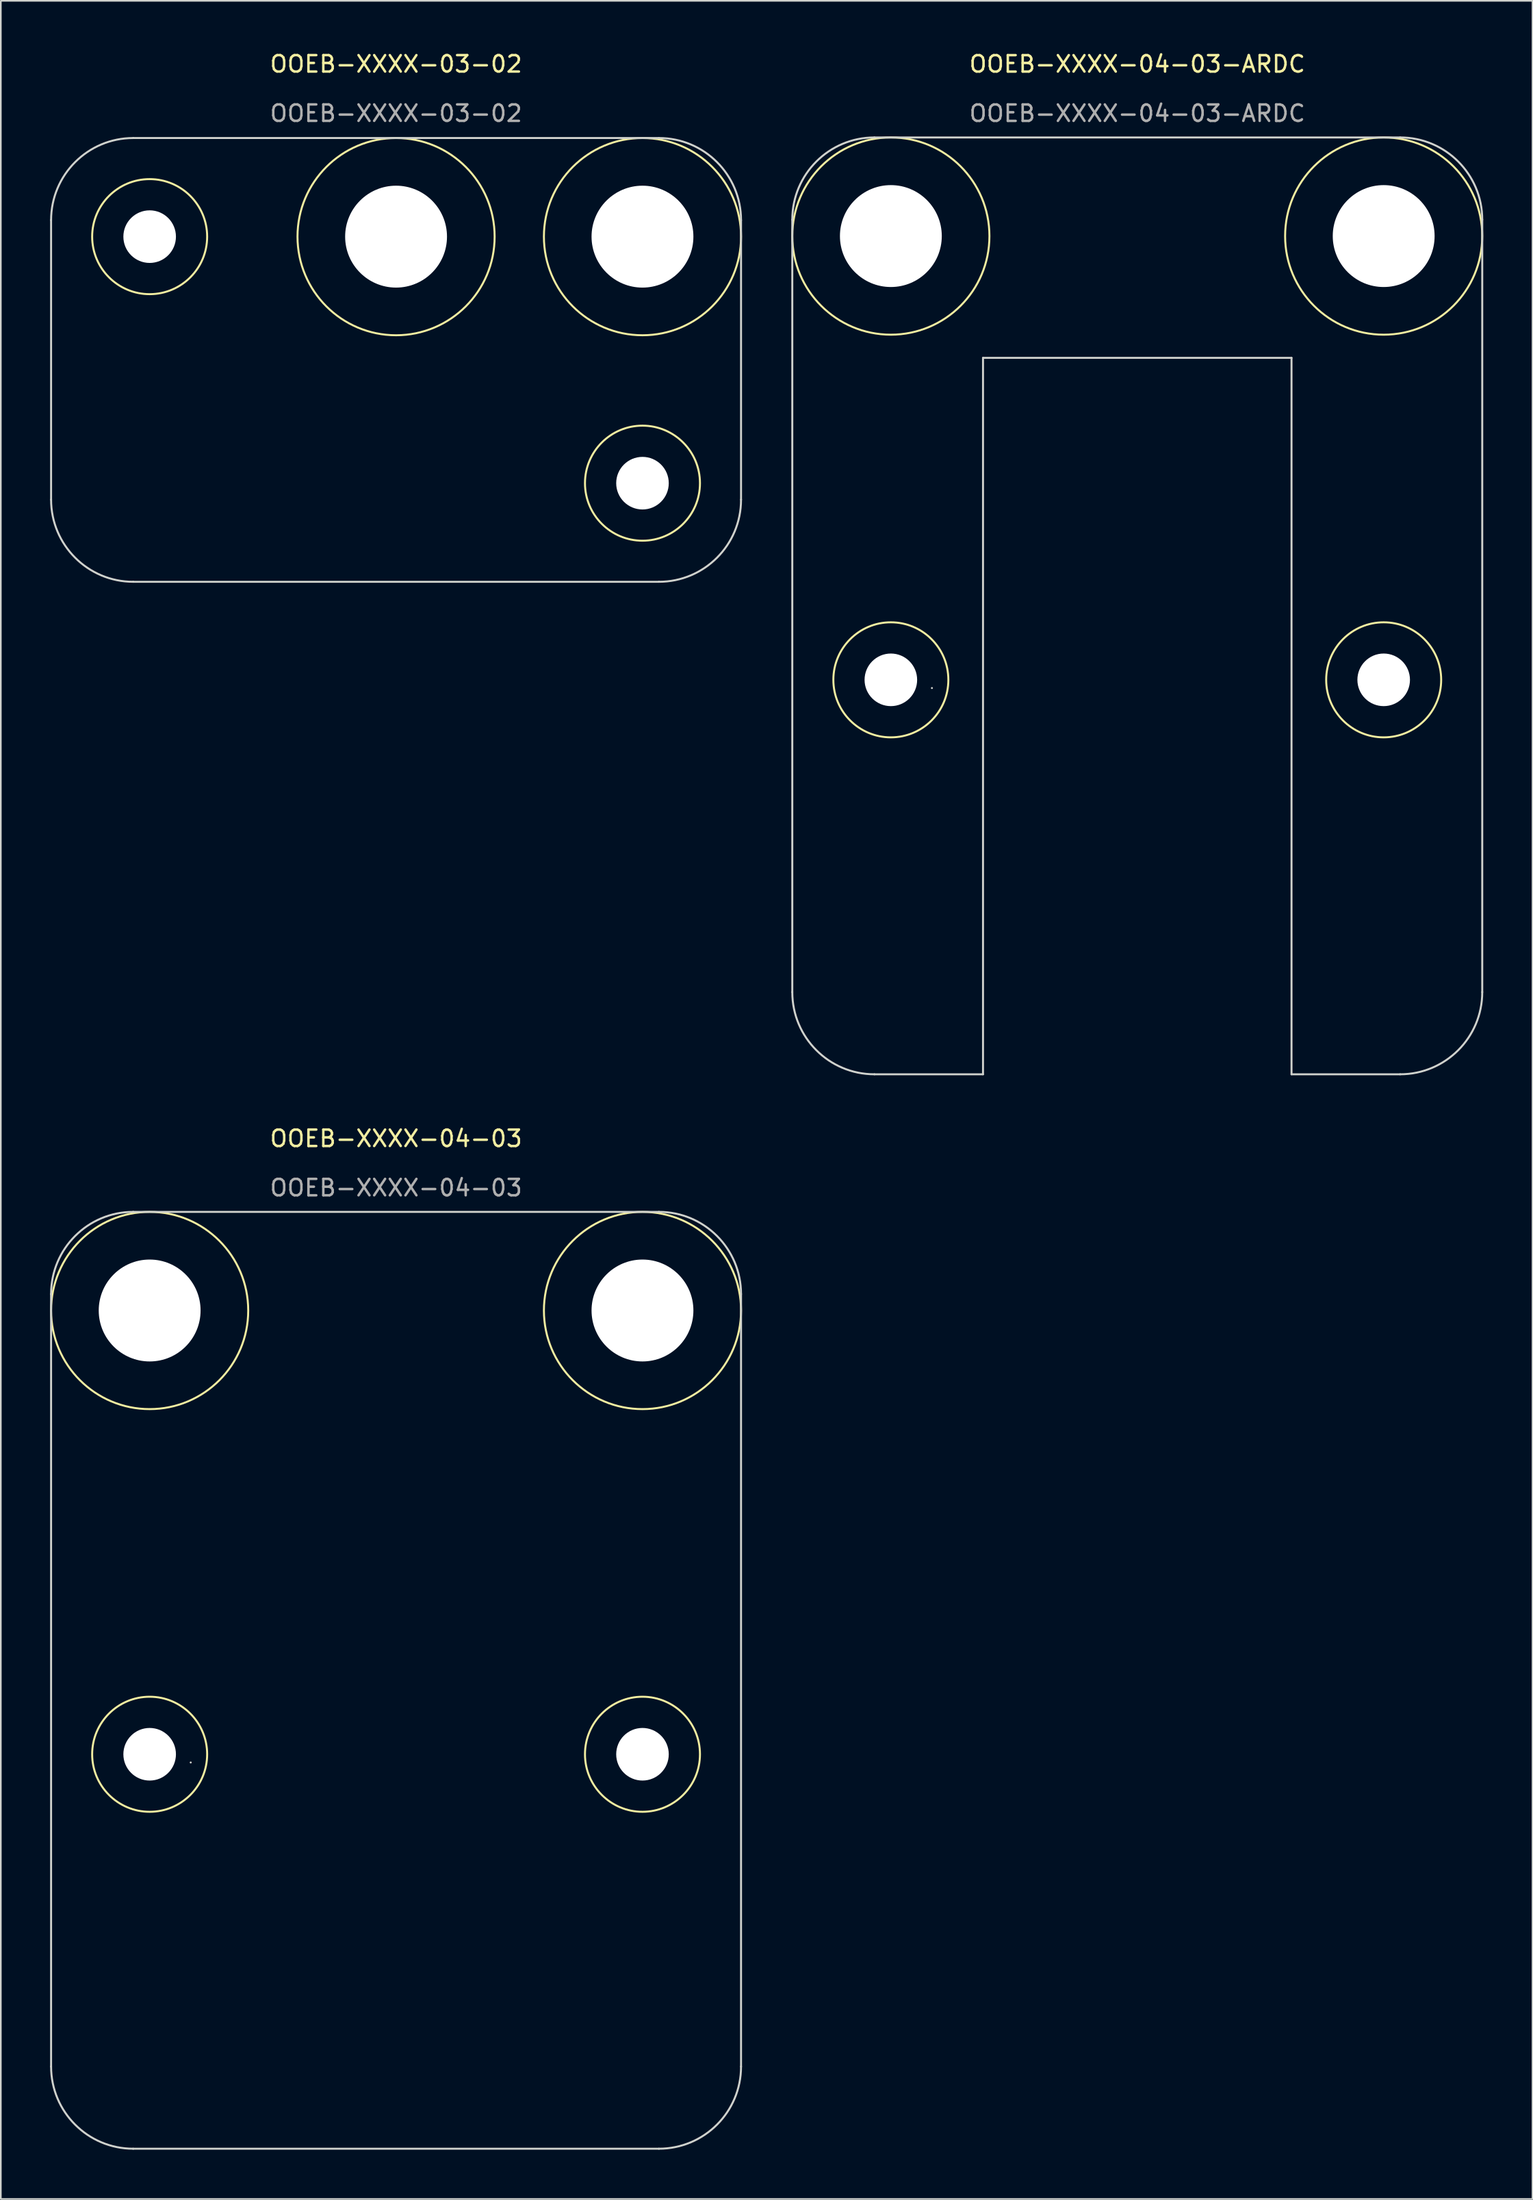
<source format=kicad_pcb>
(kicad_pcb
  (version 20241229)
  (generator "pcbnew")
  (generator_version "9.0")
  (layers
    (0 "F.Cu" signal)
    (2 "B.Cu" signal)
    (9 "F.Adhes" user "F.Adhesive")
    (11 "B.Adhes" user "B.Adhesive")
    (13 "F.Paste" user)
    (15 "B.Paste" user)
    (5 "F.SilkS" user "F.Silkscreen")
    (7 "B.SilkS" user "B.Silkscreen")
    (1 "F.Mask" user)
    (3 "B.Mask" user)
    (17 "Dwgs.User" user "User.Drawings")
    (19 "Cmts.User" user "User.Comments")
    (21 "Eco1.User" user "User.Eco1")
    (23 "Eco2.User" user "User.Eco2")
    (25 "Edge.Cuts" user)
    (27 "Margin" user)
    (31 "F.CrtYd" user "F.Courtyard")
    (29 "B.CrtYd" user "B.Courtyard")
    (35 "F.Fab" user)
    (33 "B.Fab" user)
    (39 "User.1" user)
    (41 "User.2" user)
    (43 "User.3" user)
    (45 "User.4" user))
  (footprint "OOEB-XXXX-03-02"
    (layer "F.Cu")
    (at 21.06 18.848)
    (property "Reference" "OOEB-XXXX-03-02" (at 0 -18 0) (unlocked yes) (layer "F.SilkS") (effects (font (size 1 1) (thickness 0.15))))
    (attr smd)
    (fp_circle (center -15 -7.5) (end -11.5 -7.5) (stroke (width 0.12) (type solid)) (fill no) (layer "F.SilkS"))
    (fp_circle (center 0 -7.5) (end 6 -7.5) (stroke (width 0.12) (type solid)) (fill no) (layer "F.SilkS"))
    (fp_circle (center 15 -7.5) (end 9 -7.5) (stroke (width 0.12) (type solid)) (fill no) (layer "F.SilkS"))
    (fp_circle (center 15 7.5) (end 18.5 7.5) (stroke (width 0.12) (type solid)) (fill no) (layer "F.SilkS"))
    (fp_line (start -21 8.5) (end -21 -8.5) (stroke (width 0.12) (type solid)) (layer "Edge.Cuts"))
    (fp_line (start -16 -13.5) (end 16 -13.5) (stroke (width 0.12) (type solid)) (layer "Edge.Cuts"))
    (fp_line (start 16 13.5) (end -16 13.5) (stroke (width 0.12) (type solid)) (layer "Edge.Cuts"))
    (fp_line (start 21 -8.5) (end 21 8.5) (stroke (width 0.12) (type solid)) (layer "Edge.Cuts"))
    (fp_arc (start -21 -8.5) (mid -19.535534 -12.035534) (end -16 -13.5) (stroke (width 0.12) (type solid)) (layer "Edge.Cuts"))
    (fp_arc (start -16 13.5) (mid -19.535534 12.035534) (end -21 8.5) (stroke (width 0.12) (type solid)) (layer "Edge.Cuts"))
    (fp_arc (start 16 -13.5) (mid 19.535534 -12.035534) (end 21 -8.5) (stroke (width 0.12) (type solid)) (layer "Edge.Cuts"))
    (fp_arc (start 21 8.5) (mid 19.535534 12.035534) (end 16 13.5) (stroke (width 0.12) (type solid)) (layer "Edge.Cuts"))
    (fp_text user "${REFERENCE}" (at 0 -15 0) (unlocked yes) (layer "F.Fab") (effects (font (size 1 1) (thickness 0.15))))
    (pad "" np_thru_hole circle (at -15 -7.5) (size 3.2 3.2) (drill 3.2) (layers "*.Cu"))
    (pad "" np_thru_hole circle (at 0 -7.5) (size 6.2 6.2) (drill 6.2) (layers "*.Cu"))
    (pad "" np_thru_hole circle (at 15 -7.5) (size 6.2 6.2) (drill 6.2) (layers "*.Cu"))
    (pad "" np_thru_hole circle (at 15 7.5) (size 3.2 3.2) (drill 3.2) (layers "*.Cu")))
  (footprint "OOEB-XXXX-04-03-ARDC"
    (layer "F.Cu")
    (at 66.18 33.813)
    (property "Reference" "OOEB-XXXX-04-03-ARDC" (at 0 -32.964 0) (unlocked yes) (layer "F.SilkS") (effects (font (size 1 1) (thickness 0.15))))
    (attr smd)
    (fp_circle (center -15 -22.5) (end -9 -22.5) (stroke (width 0.12) (type solid)) (fill no) (layer "F.SilkS"))
    (fp_circle (center -15 4.5) (end -11.5 4.5) (stroke (width 0.12) (type solid)) (fill no) (layer "F.SilkS"))
    (fp_circle (center 15 -22.5) (end 21 -22.5) (stroke (width 0.12) (type solid)) (fill no) (layer "F.SilkS"))
    (fp_circle (center 15 4.5) (end 18.5 4.5) (stroke (width 0.12) (type solid)) (fill no) (layer "F.SilkS"))
    (fp_line (start -21 -23.5) (end -21 23.5) (stroke (width 0.12) (type solid)) (layer "Edge.Cuts"))
    (fp_line (start -16 -28.5) (end 16 -28.5) (stroke (width 0.12) (type solid)) (layer "Edge.Cuts"))
    (fp_line (start -15.5 4.5) (end -15.5 4.5) (stroke (width 0.12) (type solid)) (layer "Edge.Cuts"))
    (fp_line (start -12.5 5) (end -12.5 5) (stroke (width 0.12) (type solid)) (layer "Edge.Cuts"))
    (fp_line (start -9.39 -15.09) (end -9.39 28.5) (stroke (width 0.12) (type solid)) (layer "Edge.Cuts"))
    (fp_line (start -9.39 28.5) (end -16 28.5) (stroke (width 0.12) (type solid)) (layer "Edge.Cuts"))
    (fp_line (start 9.39 -15.09) (end -9.39 -15.09) (stroke (width 0.12) (type solid)) (layer "Edge.Cuts"))
    (fp_line (start 9.39 -15.09) (end 9.39 28.5) (stroke (width 0.12) (type solid)) (layer "Edge.Cuts"))
    (fp_line (start 16 28.5) (end 9.39 28.5) (stroke (width 0.12) (type solid)) (layer "Edge.Cuts"))
    (fp_line (start 21 -23.5) (end 21 23.5) (stroke (width 0.12) (type solid)) (layer "Edge.Cuts"))
    (fp_arc (start -21 -23.5) (mid -19.535534 -27.035534) (end -16 -28.5) (stroke (width 0.12) (type solid)) (layer "Edge.Cuts"))
    (fp_arc (start -16 28.5) (mid -19.535534 27.035534) (end -21 23.5) (stroke (width 0.12) (type solid)) (layer "Edge.Cuts"))
    (fp_arc (start 16 -28.5) (mid 19.535534 -27.035534) (end 21 -23.5) (stroke (width 0.12) (type solid)) (layer "Edge.Cuts"))
    (fp_arc (start 21 23.5) (mid 19.535534 27.035534) (end 16 28.5) (stroke (width 0.12) (type solid)) (layer "Edge.Cuts"))
    (fp_text user "${REFERENCE}" (at 0 -29.964 0) (unlocked yes) (layer "F.Fab") (effects (font (size 1 1) (thickness 0.15))))
    (pad "" np_thru_hole circle (at -15 -22.5) (size 6.2 6.2) (drill 6.2) (layers "*.Cu"))
    (pad "" np_thru_hole circle (at -15 4.5) (size 3.2 3.2) (drill 3.2) (layers "*.Cu"))
    (pad "" np_thru_hole circle (at 15 -22.5) (size 6.2 6.2) (drill 6.2) (layers "*.Cu"))
    (pad "" np_thru_hole circle (at 15 4.5) (size 3.2 3.2) (drill 3.2) (layers "*.Cu")))
  (footprint "OOEB-XXXX-04-03"
    (layer "F.Cu")
    (at 21.06 99.185)
    (property "Reference" "OOEB-XXXX-04-03" (at 0 -32.964 0) (unlocked yes) (layer "F.SilkS") (effects (font (size 1 1) (thickness 0.15))))
    (attr smd)
    (fp_circle (center -15 -22.5) (end -9 -22.5) (stroke (width 0.12) (type solid)) (fill no) (layer "F.SilkS"))
    (fp_circle (center -15 4.5) (end -11.5 4.5) (stroke (width 0.12) (type solid)) (fill no) (layer "F.SilkS"))
    (fp_circle (center 15 -22.5) (end 21 -22.5) (stroke (width 0.12) (type solid)) (fill no) (layer "F.SilkS"))
    (fp_circle (center 15 4.5) (end 18.5 4.5) (stroke (width 0.12) (type solid)) (fill no) (layer "F.SilkS"))
    (fp_line (start -21 -23.5) (end -21 23.5) (stroke (width 0.12) (type solid)) (layer "Edge.Cuts"))
    (fp_line (start -16 -28.5) (end 16 -28.5) (stroke (width 0.12) (type solid)) (layer "Edge.Cuts"))
    (fp_line (start -16 28.5) (end 16 28.5) (stroke (width 0.12) (type solid)) (layer "Edge.Cuts"))
    (fp_line (start -15.5 4.5) (end -15.5 4.5) (stroke (width 0.12) (type solid)) (layer "Edge.Cuts"))
    (fp_line (start -12.5 5) (end -12.5 5) (stroke (width 0.12) (type solid)) (layer "Edge.Cuts"))
    (fp_line (start 21 -23.5) (end 21 23.5) (stroke (width 0.12) (type solid)) (layer "Edge.Cuts"))
    (fp_arc (start -21 -23.5) (mid -19.535534 -27.035534) (end -16 -28.5) (stroke (width 0.12) (type solid)) (layer "Edge.Cuts"))
    (fp_arc (start -16 28.5) (mid -19.535534 27.035534) (end -21 23.5) (stroke (width 0.12) (type solid)) (layer "Edge.Cuts"))
    (fp_arc (start 16 -28.5) (mid 19.535534 -27.035534) (end 21 -23.5) (stroke (width 0.12) (type solid)) (layer "Edge.Cuts"))
    (fp_arc (start 21 23.5) (mid 19.535534 27.035534) (end 16 28.5) (stroke (width 0.12) (type solid)) (layer "Edge.Cuts"))
    (fp_text user "${REFERENCE}" (at 0 -29.964 0) (unlocked yes) (layer "F.Fab") (effects (font (size 1 1) (thickness 0.15))))
    (pad "" np_thru_hole circle (at -15 -22.5) (size 6.2 6.2) (drill 6.2) (layers "*.Cu"))
    (pad "" np_thru_hole circle (at -15 4.5) (size 3.2 3.2) (drill 3.2) (layers "*.Cu"))
    (pad "" np_thru_hole circle (at 15 -22.5) (size 6.2 6.2) (drill 6.2) (layers "*.Cu"))
    (pad "" np_thru_hole circle (at 15 4.5) (size 3.2 3.2) (drill 3.2) (layers "*.Cu")))
  (gr_rect
    (start -3 -3)
    (end 90.24 130.745)
    (stroke (width 0.1) (type default))
    (fill no)
    (layer "Edge.Cuts")))
</source>
